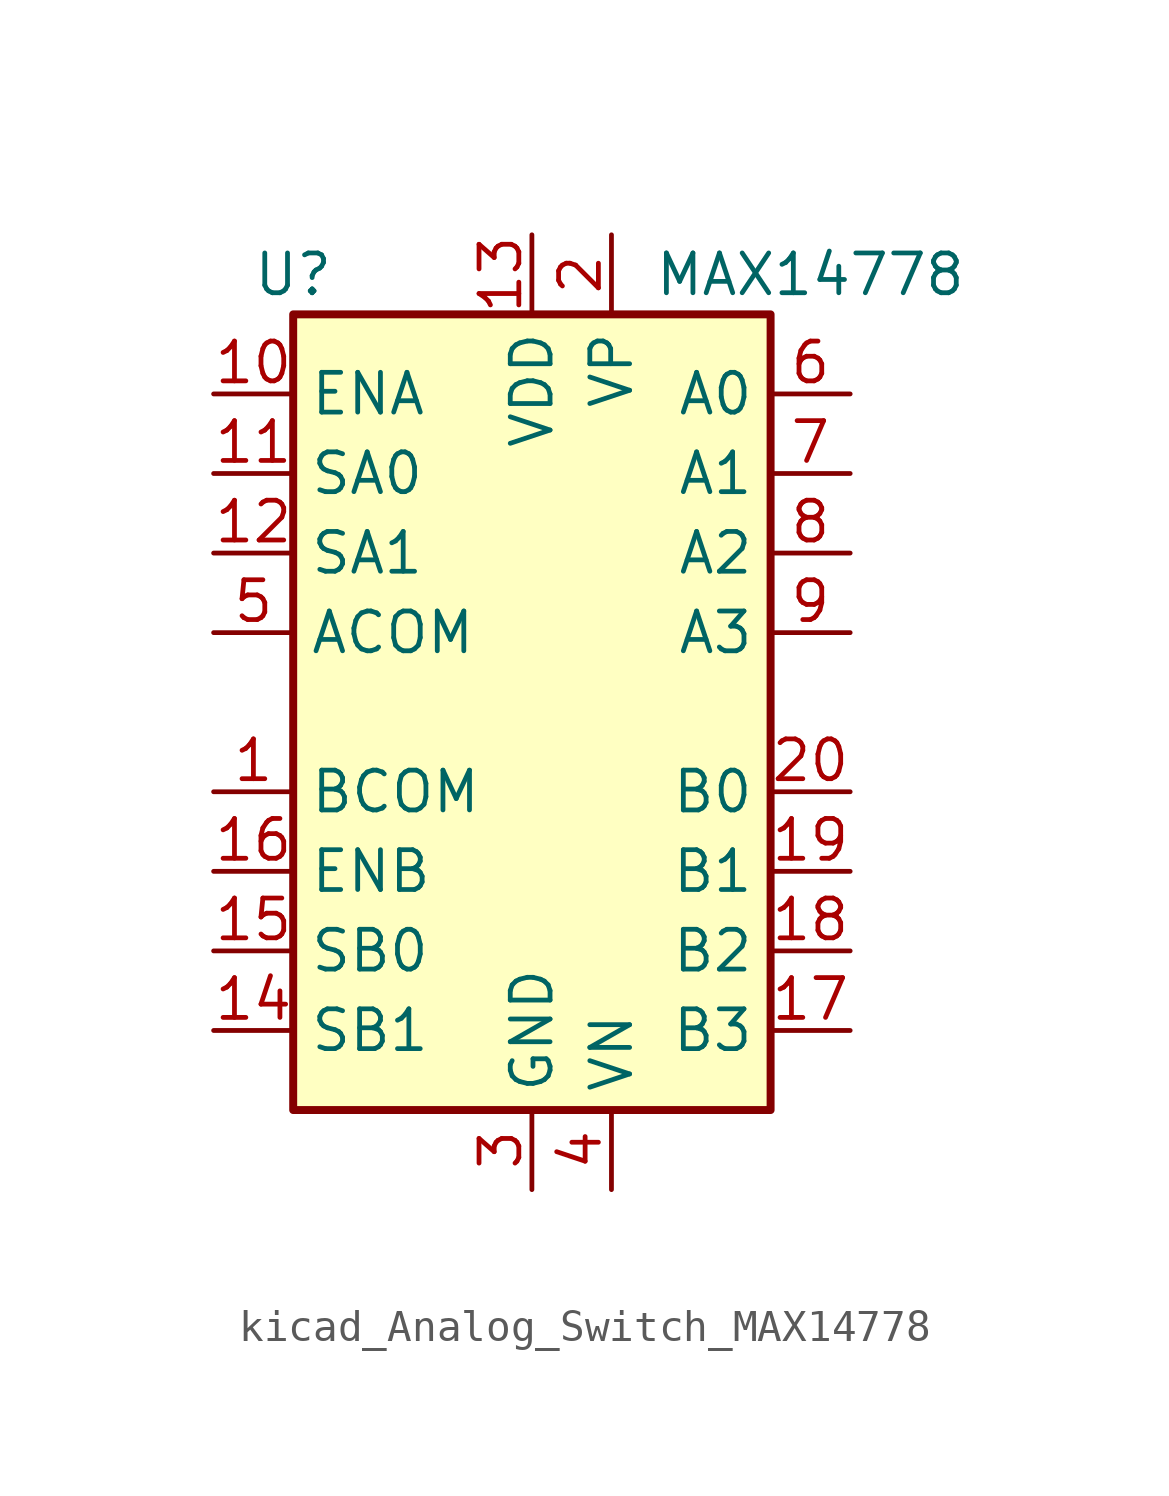
<source format=kicad_sym>
(kicad_symbol_lib
  (version 20220914)
  (generator kicad_symbol_editor)
  (symbol "kicad_Analog_Switch_MAX14778"
    (property "Reference" "U"
      (at -7.62 13.97 0)
      (effects (font (size 1.27 1.27))))
    (property "Value" "MAX14778"
      (at 8.89 13.97 0)
      (effects (font (size 1.27 1.27))))
    (symbol "kicad_Analog_Switch_MAX14778_0_1"
      (rectangle (start -7.62 12.7) (end 7.62 -12.7) (stroke (width 0.254) (type default)) (fill (type background))))
    (symbol "kicad_Analog_Switch_MAX14778_1_1"
      (pin passive line (at -10.16 -2.54 0) (length 2.54) (name "BCOM" (effects (font (size 1.27 1.27)))) (number "1" (effects (font (size 1.27 1.27)))))
      (pin input line (at -10.16 10.16 0) (length 2.54) (name "ENA" (effects (font (size 1.27 1.27)))) (number "10" (effects (font (size 1.27 1.27)))))
      (pin input line (at -10.16 7.62 0) (length 2.54) (name "SA0" (effects (font (size 1.27 1.27)))) (number "11" (effects (font (size 1.27 1.27)))))
      (pin input line (at -10.16 5.08 0) (length 2.54) (name "SA1" (effects (font (size 1.27 1.27)))) (number "12" (effects (font (size 1.27 1.27)))))
      (pin power_in line (at 0 15.24 270) (length 2.54) (name "VDD" (effects (font (size 1.27 1.27)))) (number "13" (effects (font (size 1.27 1.27)))))
      (pin input line (at -10.16 -10.16 0) (length 2.54) (name "SB1" (effects (font (size 1.27 1.27)))) (number "14" (effects (font (size 1.27 1.27)))))
      (pin input line (at -10.16 -7.62 0) (length 2.54) (name "SB0" (effects (font (size 1.27 1.27)))) (number "15" (effects (font (size 1.27 1.27)))))
      (pin input line (at -10.16 -5.08 0) (length 2.54) (name "ENB" (effects (font (size 1.27 1.27)))) (number "16" (effects (font (size 1.27 1.27)))))
      (pin passive line (at 10.16 -10.16 180) (length 2.54) (name "B3" (effects (font (size 1.27 1.27)))) (number "17" (effects (font (size 1.27 1.27)))))
      (pin passive line (at 10.16 -7.62 180) (length 2.54) (name "B2" (effects (font (size 1.27 1.27)))) (number "18" (effects (font (size 1.27 1.27)))))
      (pin passive line (at 10.16 -5.08 180) (length 2.54) (name "B1" (effects (font (size 1.27 1.27)))) (number "19" (effects (font (size 1.27 1.27)))))
      (pin passive line (at 2.54 15.24 270) (length 2.54) (name "VP" (effects (font (size 1.27 1.27)))) (number "2" (effects (font (size 1.27 1.27)))))
      (pin passive line (at 10.16 -2.54 180) (length 2.54) (name "B0" (effects (font (size 1.27 1.27)))) (number "20" (effects (font (size 1.27 1.27)))))
      (pin passive line (at 2.54 -15.24 90) (length 2.54) hide (name "VN" (effects (font (size 1.27 1.27)))) (number "21" (effects (font (size 1.27 1.27)))))
      (pin power_in line (at 0 -15.24 90) (length 2.54) (name "GND" (effects (font (size 1.27 1.27)))) (number "3" (effects (font (size 1.27 1.27)))))
      (pin passive line (at 2.54 -15.24 90) (length 2.54) (name "VN" (effects (font (size 1.27 1.27)))) (number "4" (effects (font (size 1.27 1.27)))))
      (pin passive line (at -10.16 2.54 0) (length 2.54) (name "ACOM" (effects (font (size 1.27 1.27)))) (number "5" (effects (font (size 1.27 1.27)))))
      (pin passive line (at 10.16 10.16 180) (length 2.54) (name "A0" (effects (font (size 1.27 1.27)))) (number "6" (effects (font (size 1.27 1.27)))))
      (pin passive line (at 10.16 7.62 180) (length 2.54) (name "A1" (effects (font (size 1.27 1.27)))) (number "7" (effects (font (size 1.27 1.27)))))
      (pin passive line (at 10.16 5.08 180) (length 2.54) (name "A2" (effects (font (size 1.27 1.27)))) (number "8" (effects (font (size 1.27 1.27)))))
      (pin passive line (at 10.16 2.54 180) (length 2.54) (name "A3" (effects (font (size 1.27 1.27)))) (number "9" (effects (font (size 1.27 1.27))))))))
</source>
